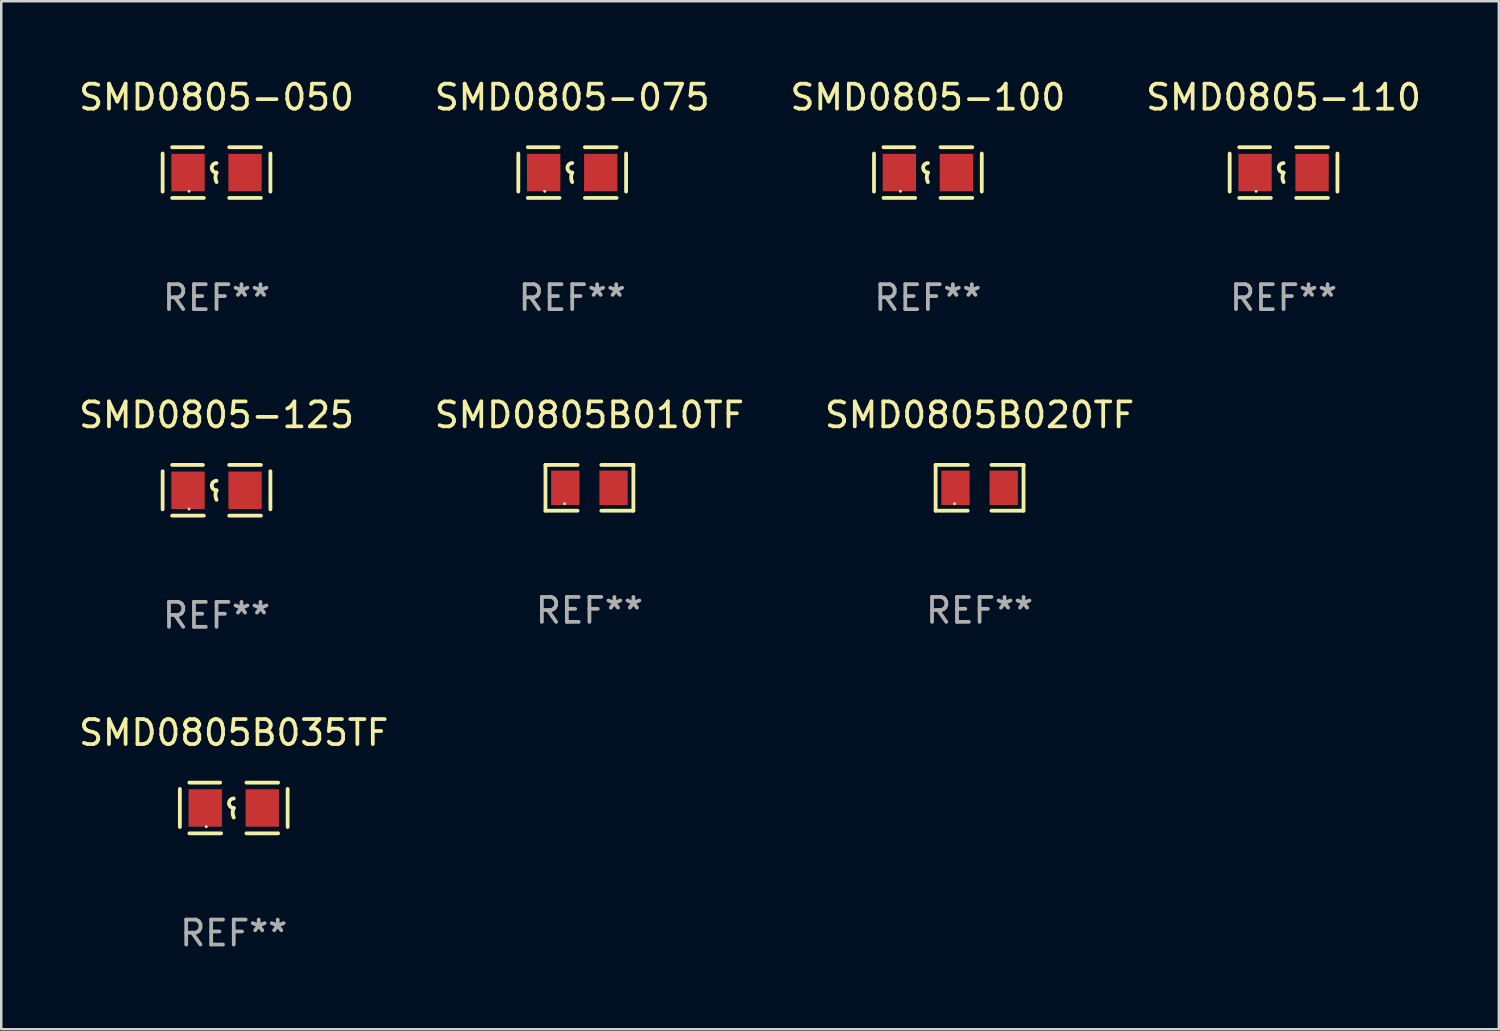
<source format=kicad_pcb>
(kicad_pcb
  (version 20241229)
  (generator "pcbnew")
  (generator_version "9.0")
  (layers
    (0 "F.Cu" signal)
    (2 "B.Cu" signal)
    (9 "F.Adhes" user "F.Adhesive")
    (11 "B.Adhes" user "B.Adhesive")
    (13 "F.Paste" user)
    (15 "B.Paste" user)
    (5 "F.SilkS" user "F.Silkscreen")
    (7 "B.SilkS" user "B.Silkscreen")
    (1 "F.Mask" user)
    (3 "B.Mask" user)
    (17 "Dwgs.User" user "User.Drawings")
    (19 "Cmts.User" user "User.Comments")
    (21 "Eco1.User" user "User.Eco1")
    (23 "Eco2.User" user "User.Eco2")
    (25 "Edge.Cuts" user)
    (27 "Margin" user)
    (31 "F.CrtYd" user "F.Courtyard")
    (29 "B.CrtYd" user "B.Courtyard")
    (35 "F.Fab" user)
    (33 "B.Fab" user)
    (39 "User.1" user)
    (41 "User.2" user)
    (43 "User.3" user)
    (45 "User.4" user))
  (footprint "SMD0805-100"
    (layer "F.Cu")
    (at 34.125 3.864)
    (property "Reference" "SMD0805-100" (at 0 -3.016 0) (layer "F.SilkS") (effects (font (size 1 1) (thickness 0.15))))
    (attr through_hole)
    (fp_line (start -2.159 -0.762) (end -2.159 0.762) (stroke (width 0.152) (type solid)) (layer "F.SilkS"))
    (fp_line (start -1.778 -1.016) (end -0.545 -1.016) (stroke (width 0.152) (type solid)) (layer "F.SilkS"))
    (fp_line (start -0.508 1.016) (end -1.778 1.016) (stroke (width 0.152) (type solid)) (layer "F.SilkS"))
    (fp_line (start 0.508 1.016) (end 1.778 1.016) (stroke (width 0.152) (type solid)) (layer "F.SilkS"))
    (fp_line (start 1.778 -1.016) (end 0.508 -1.016) (stroke (width 0.152) (type solid)) (layer "F.SilkS"))
    (fp_line (start 2.159 -0.762) (end 2.159 0.762) (stroke (width 0.152) (type solid)) (layer "F.SilkS"))
    (fp_arc (start 0 0) (mid -0.1905 -0.1905) (end 0 -0.381) (stroke (width 0.151994) (type solid)) (layer "F.SilkS"))
    (fp_arc (start 0 0.381001) (mid -0.044971 0.1905) (end 0 0) (stroke (width 0.151994) (type solid)) (layer "F.SilkS"))
    (fp_circle (center -1.1 0.75) (end -1.07 0.75) (stroke (width 0.06) (type solid)) (fill no) (layer "F.SilkS"))
    (fp_text user "REF**" (at 0 5.016 0) (layer "F.Fab") (effects (font (size 1 1) (thickness 0.15))))
    (pad "1" smd rect (at -1.142 0) (size 1.335 1.5) (layers "F.Cu" "F.Mask" "F.Paste"))
    (pad "2" smd rect (at 1.142 0) (size 1.335 1.5) (layers "F.Cu" "F.Mask" "F.Paste")))
  (footprint "SMD0805B010TF"
    (layer "F.Cu")
    (at 20.565 16.494)
    (property "Reference" "SMD0805B010TF" (at 0 -2.917 0) (layer "F.SilkS") (effects (font (size 1 1) (thickness 0.15))))
    (attr through_hole)
    (fp_line (start -1.761 -0.917) (end -0.476 -0.917) (stroke (width 0.152) (type solid)) (layer "F.SilkS"))
    (fp_line (start -1.761 0.917) (end -1.761 -0.917) (stroke (width 0.152) (type solid)) (layer "F.SilkS"))
    (fp_line (start -0.476 0.917) (end -1.761 0.917) (stroke (width 0.152) (type solid)) (layer "F.SilkS"))
    (fp_line (start 0.476 0.917) (end 1.761 0.917) (stroke (width 0.152) (type solid)) (layer "F.SilkS"))
    (fp_line (start 1.761 -0.917) (end 0.476 -0.917) (stroke (width 0.152) (type solid)) (layer "F.SilkS"))
    (fp_line (start 1.761 0.917) (end 1.761 -0.917) (stroke (width 0.152) (type solid)) (layer "F.SilkS"))
    (fp_circle (center -1 0.638) (end -0.97 0.638) (stroke (width 0.06) (type solid)) (fill no) (layer "F.SilkS"))
    (fp_text user "REF**" (at 0 4.917 0) (layer "F.Fab") (effects (font (size 1 1) (thickness 0.15))))
    (pad "1" smd rect (at -0.966 0) (size 1.133 1.377) (layers "F.Cu" "F.Mask" "F.Paste"))
    (pad "2" smd rect (at 0.966 0) (size 1.133 1.377) (layers "F.Cu" "F.Mask" "F.Paste")))
  (footprint "SMD0805B020TF"
    (layer "F.Cu")
    (at 36.196 16.494)
    (property "Reference" "SMD0805B020TF" (at 0 -2.917 0) (layer "F.SilkS") (effects (font (size 1 1) (thickness 0.15))))
    (attr through_hole)
    (fp_line (start -1.761 -0.917) (end -0.476 -0.917) (stroke (width 0.152) (type solid)) (layer "F.SilkS"))
    (fp_line (start -1.761 0.917) (end -1.761 -0.917) (stroke (width 0.152) (type solid)) (layer "F.SilkS"))
    (fp_line (start -0.476 0.917) (end -1.761 0.917) (stroke (width 0.152) (type solid)) (layer "F.SilkS"))
    (fp_line (start 0.476 0.917) (end 1.761 0.917) (stroke (width 0.152) (type solid)) (layer "F.SilkS"))
    (fp_line (start 1.761 -0.917) (end 0.476 -0.917) (stroke (width 0.152) (type solid)) (layer "F.SilkS"))
    (fp_line (start 1.761 0.917) (end 1.761 -0.917) (stroke (width 0.152) (type solid)) (layer "F.SilkS"))
    (fp_circle (center -1 0.638) (end -0.97 0.638) (stroke (width 0.06) (type solid)) (fill no) (layer "F.SilkS"))
    (fp_text user "REF**" (at 0 4.917 0) (layer "F.Fab") (effects (font (size 1 1) (thickness 0.15))))
    (pad "1" smd rect (at -0.966 0) (size 1.133 1.377) (layers "F.Cu" "F.Mask" "F.Paste"))
    (pad "2" smd rect (at 0.966 0) (size 1.133 1.377) (layers "F.Cu" "F.Mask" "F.Paste")))
  (footprint "SMD0805-125"
    (layer "F.Cu")
    (at 5.625 16.593)
    (property "Reference" "SMD0805-125" (at 0 -3.016 0) (layer "F.SilkS") (effects (font (size 1 1) (thickness 0.15))))
    (attr through_hole)
    (fp_line (start -2.159 -0.762) (end -2.159 0.762) (stroke (width 0.152) (type solid)) (layer "F.SilkS"))
    (fp_line (start -1.778 -1.016) (end -0.545 -1.016) (stroke (width 0.152) (type solid)) (layer "F.SilkS"))
    (fp_line (start -0.508 1.016) (end -1.778 1.016) (stroke (width 0.152) (type solid)) (layer "F.SilkS"))
    (fp_line (start 0.508 1.016) (end 1.778 1.016) (stroke (width 0.152) (type solid)) (layer "F.SilkS"))
    (fp_line (start 1.778 -1.016) (end 0.508 -1.016) (stroke (width 0.152) (type solid)) (layer "F.SilkS"))
    (fp_line (start 2.159 -0.762) (end 2.159 0.762) (stroke (width 0.152) (type solid)) (layer "F.SilkS"))
    (fp_arc (start 0 0) (mid -0.1905 -0.1905) (end 0 -0.381) (stroke (width 0.151994) (type solid)) (layer "F.SilkS"))
    (fp_arc (start 0 0.381001) (mid -0.044971 0.1905) (end 0 0) (stroke (width 0.151994) (type solid)) (layer "F.SilkS"))
    (fp_circle (center -1.1 0.75) (end -1.07 0.75) (stroke (width 0.06) (type solid)) (fill no) (layer "F.SilkS"))
    (fp_text user "REF**" (at 0 5.016 0) (layer "F.Fab") (effects (font (size 1 1) (thickness 0.15))))
    (pad "1" smd rect (at -1.142 0) (size 1.335 1.5) (layers "F.Cu" "F.Mask" "F.Paste"))
    (pad "2" smd rect (at 1.142 0) (size 1.335 1.5) (layers "F.Cu" "F.Mask" "F.Paste")))
  (footprint "SMD0805B035TF"
    (layer "F.Cu")
    (at 6.315 29.321)
    (property "Reference" "SMD0805B035TF" (at 0 -3.016 0) (layer "F.SilkS") (effects (font (size 1 1) (thickness 0.15))))
    (attr through_hole)
    (fp_line (start -2.159 -0.762) (end -2.159 0.762) (stroke (width 0.152) (type solid)) (layer "F.SilkS"))
    (fp_line (start -1.778 -1.016) (end -0.545 -1.016) (stroke (width 0.152) (type solid)) (layer "F.SilkS"))
    (fp_line (start -0.508 1.016) (end -1.778 1.016) (stroke (width 0.152) (type solid)) (layer "F.SilkS"))
    (fp_line (start 0.508 1.016) (end 1.778 1.016) (stroke (width 0.152) (type solid)) (layer "F.SilkS"))
    (fp_line (start 1.778 -1.016) (end 0.508 -1.016) (stroke (width 0.152) (type solid)) (layer "F.SilkS"))
    (fp_line (start 2.159 -0.762) (end 2.159 0.762) (stroke (width 0.152) (type solid)) (layer "F.SilkS"))
    (fp_arc (start 0 0) (mid -0.1905 -0.1905) (end 0 -0.381) (stroke (width 0.151994) (type solid)) (layer "F.SilkS"))
    (fp_arc (start 0 0.381001) (mid -0.044971 0.1905) (end 0 0) (stroke (width 0.151994) (type solid)) (layer "F.SilkS"))
    (fp_circle (center -1.1 0.75) (end -1.07 0.75) (stroke (width 0.06) (type solid)) (fill no) (layer "F.SilkS"))
    (fp_text user "REF**" (at 0 5.016 0) (layer "F.Fab") (effects (font (size 1 1) (thickness 0.15))))
    (pad "1" smd rect (at -1.142 0) (size 1.335 1.5) (layers "F.Cu" "F.Mask" "F.Paste"))
    (pad "2" smd rect (at 1.142 0) (size 1.335 1.5) (layers "F.Cu" "F.Mask" "F.Paste")))
  (footprint "SMD0805-050"
    (layer "F.Cu")
    (at 5.625 3.864)
    (property "Reference" "SMD0805-050" (at 0 -3.016 0) (layer "F.SilkS") (effects (font (size 1 1) (thickness 0.15))))
    (attr through_hole)
    (fp_line (start -2.159 -0.762) (end -2.159 0.762) (stroke (width 0.152) (type solid)) (layer "F.SilkS"))
    (fp_line (start -1.778 -1.016) (end -0.545 -1.016) (stroke (width 0.152) (type solid)) (layer "F.SilkS"))
    (fp_line (start -0.508 1.016) (end -1.778 1.016) (stroke (width 0.152) (type solid)) (layer "F.SilkS"))
    (fp_line (start 0.508 1.016) (end 1.778 1.016) (stroke (width 0.152) (type solid)) (layer "F.SilkS"))
    (fp_line (start 1.778 -1.016) (end 0.508 -1.016) (stroke (width 0.152) (type solid)) (layer "F.SilkS"))
    (fp_line (start 2.159 -0.762) (end 2.159 0.762) (stroke (width 0.152) (type solid)) (layer "F.SilkS"))
    (fp_arc (start 0 0) (mid -0.1905 -0.1905) (end 0 -0.381) (stroke (width 0.151994) (type solid)) (layer "F.SilkS"))
    (fp_arc (start 0 0.381001) (mid -0.044971 0.1905) (end 0 0) (stroke (width 0.151994) (type solid)) (layer "F.SilkS"))
    (fp_circle (center -1.1 0.75) (end -1.07 0.75) (stroke (width 0.06) (type solid)) (fill no) (layer "F.SilkS"))
    (fp_text user "REF**" (at 0 5.016 0) (layer "F.Fab") (effects (font (size 1 1) (thickness 0.15))))
    (pad "1" smd rect (at -1.142 0) (size 1.335 1.5) (layers "F.Cu" "F.Mask" "F.Paste"))
    (pad "2" smd rect (at 1.142 0) (size 1.335 1.5) (layers "F.Cu" "F.Mask" "F.Paste")))
  (footprint "SMD0805-110"
    (layer "F.Cu")
    (at 48.375 3.864)
    (property "Reference" "SMD0805-110" (at 0 -3.016 0) (layer "F.SilkS") (effects (font (size 1 1) (thickness 0.15))))
    (attr through_hole)
    (fp_line (start -2.159 -0.762) (end -2.159 0.762) (stroke (width 0.152) (type solid)) (layer "F.SilkS"))
    (fp_line (start -1.778 -1.016) (end -0.545 -1.016) (stroke (width 0.152) (type solid)) (layer "F.SilkS"))
    (fp_line (start -0.508 1.016) (end -1.778 1.016) (stroke (width 0.152) (type solid)) (layer "F.SilkS"))
    (fp_line (start 0.508 1.016) (end 1.778 1.016) (stroke (width 0.152) (type solid)) (layer "F.SilkS"))
    (fp_line (start 1.778 -1.016) (end 0.508 -1.016) (stroke (width 0.152) (type solid)) (layer "F.SilkS"))
    (fp_line (start 2.159 -0.762) (end 2.159 0.762) (stroke (width 0.152) (type solid)) (layer "F.SilkS"))
    (fp_arc (start 0 0) (mid -0.1905 -0.1905) (end 0 -0.381) (stroke (width 0.151994) (type solid)) (layer "F.SilkS"))
    (fp_arc (start 0 0.381001) (mid -0.044971 0.1905) (end 0 0) (stroke (width 0.151994) (type solid)) (layer "F.SilkS"))
    (fp_circle (center -1.1 0.75) (end -1.07 0.75) (stroke (width 0.06) (type solid)) (fill no) (layer "F.SilkS"))
    (fp_text user "REF**" (at 0 5.016 0) (layer "F.Fab") (effects (font (size 1 1) (thickness 0.15))))
    (pad "1" smd rect (at -1.142 0) (size 1.335 1.5) (layers "F.Cu" "F.Mask" "F.Paste"))
    (pad "2" smd rect (at 1.142 0) (size 1.335 1.5) (layers "F.Cu" "F.Mask" "F.Paste")))
  (footprint "SMD0805-075"
    (layer "F.Cu")
    (at 19.875 3.864)
    (property "Reference" "SMD0805-075" (at 0 -3.016 0) (layer "F.SilkS") (effects (font (size 1 1) (thickness 0.15))))
    (attr through_hole)
    (fp_line (start -2.159 -0.762) (end -2.159 0.762) (stroke (width 0.152) (type solid)) (layer "F.SilkS"))
    (fp_line (start -1.778 -1.016) (end -0.545 -1.016) (stroke (width 0.152) (type solid)) (layer "F.SilkS"))
    (fp_line (start -0.508 1.016) (end -1.778 1.016) (stroke (width 0.152) (type solid)) (layer "F.SilkS"))
    (fp_line (start 0.508 1.016) (end 1.778 1.016) (stroke (width 0.152) (type solid)) (layer "F.SilkS"))
    (fp_line (start 1.778 -1.016) (end 0.508 -1.016) (stroke (width 0.152) (type solid)) (layer "F.SilkS"))
    (fp_line (start 2.159 -0.762) (end 2.159 0.762) (stroke (width 0.152) (type solid)) (layer "F.SilkS"))
    (fp_arc (start 0 0) (mid -0.1905 -0.1905) (end 0 -0.381) (stroke (width 0.151994) (type solid)) (layer "F.SilkS"))
    (fp_arc (start 0 0.381001) (mid -0.044971 0.1905) (end 0 0) (stroke (width 0.151994) (type solid)) (layer "F.SilkS"))
    (fp_circle (center -1.1 0.75) (end -1.07 0.75) (stroke (width 0.06) (type solid)) (fill no) (layer "F.SilkS"))
    (fp_text user "REF**" (at 0 5.016 0) (layer "F.Fab") (effects (font (size 1 1) (thickness 0.15))))
    (pad "1" smd rect (at -1.142 0) (size 1.335 1.5) (layers "F.Cu" "F.Mask" "F.Paste"))
    (pad "2" smd rect (at 1.142 0) (size 1.335 1.5) (layers "F.Cu" "F.Mask" "F.Paste")))
  (gr_rect
    (start -3 -3)
    (end 57 38.186)
    (stroke (width 0.1) (type default))
    (fill no)
    (layer "Edge.Cuts")))
</source>
